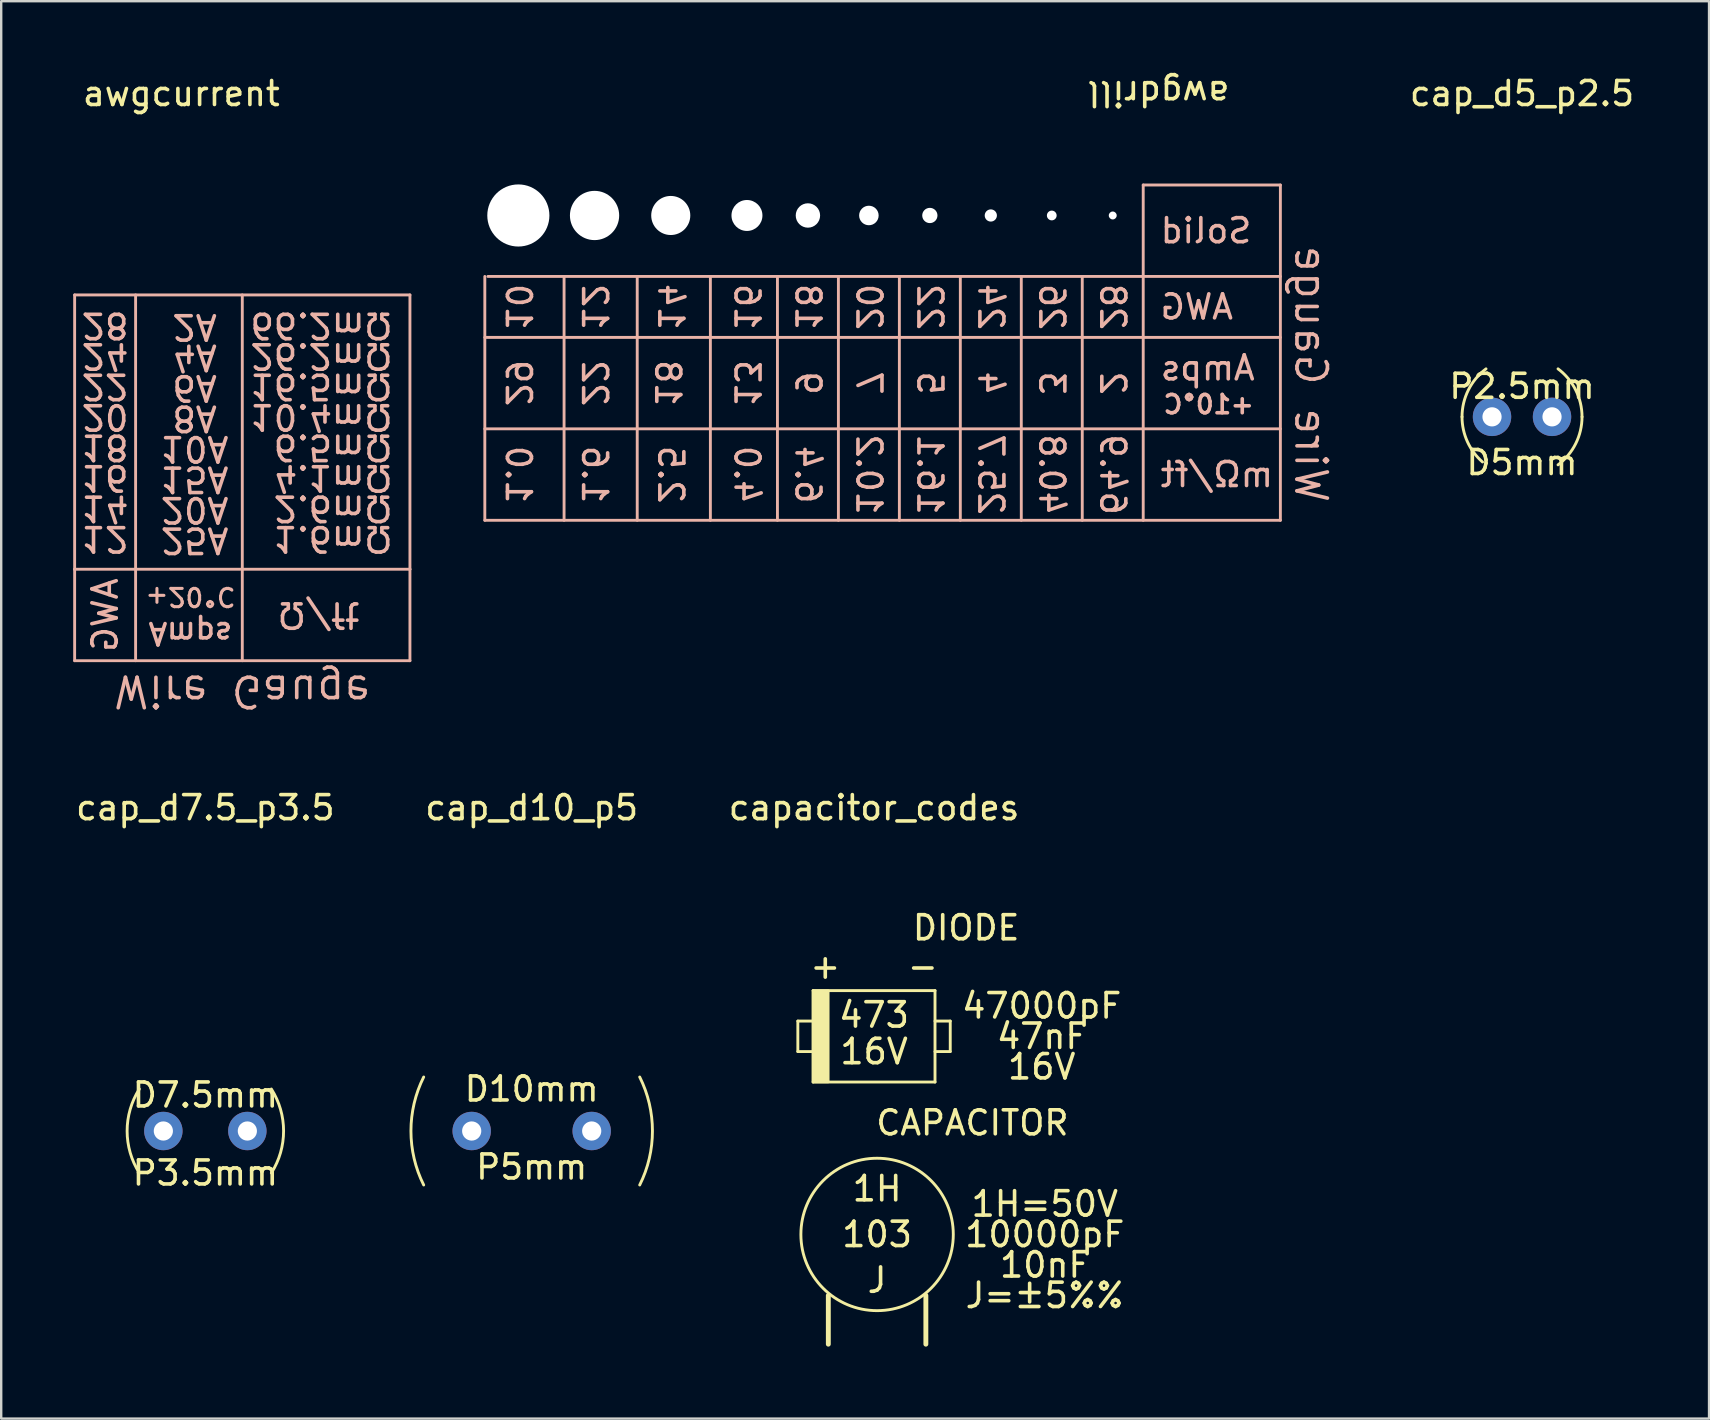
<source format=kicad_pcb>
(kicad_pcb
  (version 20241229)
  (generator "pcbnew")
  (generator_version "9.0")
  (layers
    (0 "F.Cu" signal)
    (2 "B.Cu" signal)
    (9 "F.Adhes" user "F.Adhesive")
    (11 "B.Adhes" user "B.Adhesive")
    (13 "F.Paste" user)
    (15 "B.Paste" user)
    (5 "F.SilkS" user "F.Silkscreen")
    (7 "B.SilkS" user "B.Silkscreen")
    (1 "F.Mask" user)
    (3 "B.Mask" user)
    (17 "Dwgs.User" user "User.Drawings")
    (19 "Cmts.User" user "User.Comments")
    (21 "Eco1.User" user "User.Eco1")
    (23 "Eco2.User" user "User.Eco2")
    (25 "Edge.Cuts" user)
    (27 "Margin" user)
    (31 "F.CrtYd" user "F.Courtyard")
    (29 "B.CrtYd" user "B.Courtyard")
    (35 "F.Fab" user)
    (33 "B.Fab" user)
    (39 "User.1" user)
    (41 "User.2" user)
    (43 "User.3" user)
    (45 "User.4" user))
  (footprint "cap_d10_p5"
    (layer "F.Cu")
    (at 19.103 44.073)
    (property "Reference" "cap_d10_p5" (at 0 -13.47 0) (layer "F.SilkS") (effects (font (size 1 1) (thickness 0.15))))
    (attr through_hole)
    (fp_arc (start -4.499999 2.25) (mid -5.031152 0) (end -4.499999 -2.249999) (stroke (width 0.12) (type solid)) (layer "F.SilkS"))
    (fp_arc (start 4.499999 -2.25) (mid 5.031152 0) (end 4.499999 2.249999) (stroke (width 0.12) (type solid)) (layer "F.SilkS"))
    (fp_text user "D10mm" (at 0 -1.75 0) (layer "F.SilkS") (effects (font (size 1 1) (thickness 0.15))))
    (fp_text user "P5mm" (at 0 1.5 0) (layer "F.SilkS") (effects (font (size 1 1) (thickness 0.15))))
    (pad "1" thru_hole oval (at -2.5 0) (size 1.6 1.6) (drill 0.8) (layers "F.Cu" "F.Mask"))
    (pad "2" thru_hole oval (at 2.5 0) (size 1.6 1.6) (drill 0.8) (layers "F.Cu" "F.Mask")))
  (footprint "awgcurrent"
    (layer "F.Cu")
    (at 5.14 16.223)
    (property "Reference" "awgcurrent" (at -0.635 -15.375 0) (layer "F.SilkS") (effects (font (size 1 1) (thickness 0.15))))
    (attr through_hole)
    (fp_line (start -5.08 -6.985) (end 8.89 -6.985) (stroke (width 0.12) (type solid)) (layer "B.SilkS"))
    (fp_line (start -5.08 4.445) (end -5.08 -6.985) (stroke (width 0.12) (type solid)) (layer "B.SilkS"))
    (fp_line (start -5.08 4.445) (end -5.08 8.255) (stroke (width 0.12) (type solid)) (layer "B.SilkS"))
    (fp_line (start -5.08 4.445) (end 8.89 4.445) (stroke (width 0.12) (type solid)) (layer "B.SilkS"))
    (fp_line (start -5.08 8.255) (end 8.89 8.255) (stroke (width 0.12) (type solid)) (layer "B.SilkS"))
    (fp_line (start -2.54 4.445) (end -2.54 -6.985) (stroke (width 0.12) (type solid)) (layer "B.SilkS"))
    (fp_line (start -2.54 4.445) (end -2.54 8.255) (stroke (width 0.12) (type solid)) (layer "B.SilkS"))
    (fp_line (start 1.905 4.445) (end 1.905 -6.985) (stroke (width 0.12) (type solid)) (layer "B.SilkS"))
    (fp_line (start 1.905 4.445) (end 1.905 8.255) (stroke (width 0.12) (type solid)) (layer "B.SilkS"))
    (fp_line (start 8.89 -6.985) (end 8.89 4.445) (stroke (width 0.12) (type solid)) (layer "B.SilkS"))
    (fp_line (start 8.89 8.255) (end 8.89 4.445) (stroke (width 0.12) (type solid)) (layer "B.SilkS"))
    (fp_text user "1.6mΩ" (at 8.255 3.175 180) (unlocked yes) (layer "B.SilkS") (effects (font (size 1.016 1.016) (thickness 0.15)) (justify right mirror)))
    (fp_text user "2.6mΩ" (at 8.255 1.905 180) (unlocked yes) (layer "B.SilkS") (effects (font (size 1.016 1.016) (thickness 0.15)) (justify right mirror)))
    (fp_text user "14" (at -3.81 1.905 180) (unlocked yes) (layer "B.SilkS") (effects (font (size 1.016 1.016) (thickness 0.15)) (justify mirror)))
    (fp_text user "22" (at -3.81 -3.175 180) (unlocked yes) (layer "B.SilkS") (effects (font (size 1.016 1.016) (thickness 0.15)) (justify mirror)))
    (fp_text user "2A" (at -0.08 -5.655 180) (unlocked yes) (layer "B.SilkS") (effects (font (size 1.016 1.016) (thickness 0.15)) (justify mirror)))
    (fp_text user "AWG" (at -3.81 6.35 90) (unlocked yes) (layer "B.SilkS") (effects (font (size 1.016 1.016) (thickness 0.15)) (justify mirror)))
    (fp_text user "+20°C" (at -0.254 5.588 180) (unlocked yes) (layer "B.SilkS") (effects (font (size 0.762 0.762) (thickness 0.127)) (justify mirror)))
    (fp_text user "16" (at -3.81 0.635 180) (unlocked yes) (layer "B.SilkS") (effects (font (size 1.016 1.016) (thickness 0.15)) (justify mirror)))
    (fp_text user "10.4mΩ" (at 8.255 -1.905 180) (unlocked yes) (layer "B.SilkS") (effects (font (size 1.016 1.016) (thickness 0.15)) (justify right mirror)))
    (fp_text user "4.1mΩ" (at 8.255 0.635 180) (unlocked yes) (layer "B.SilkS") (effects (font (size 1.016 1.016) (thickness 0.15)) (justify right mirror)))
    (fp_text user "15A" (at -0.08 0.695 180) (unlocked yes) (layer "B.SilkS") (effects (font (size 1.016 1.016) (thickness 0.15)) (justify mirror)))
    (fp_text user "20A" (at -0.08 1.965 180) (unlocked yes) (layer "B.SilkS") (effects (font (size 1.016 1.016) (thickness 0.15)) (justify mirror)))
    (fp_text user "26.2mΩ" (at 8.255 -4.445 180) (unlocked yes) (layer "B.SilkS") (effects (font (size 1.016 1.016) (thickness 0.15)) (justify right mirror)))
    (fp_text user "8A" (at -0.08 -1.845 180) (unlocked yes) (layer "B.SilkS") (effects (font (size 1.016 1.016) (thickness 0.15)) (justify mirror)))
    (fp_text user "4A" (at -0.08 -4.385 180) (unlocked yes) (layer "B.SilkS") (effects (font (size 1.016 1.016) (thickness 0.15)) (justify mirror)))
    (fp_text user "25A" (at -0.08 3.235 180) (unlocked yes) (layer "B.SilkS") (effects (font (size 1.016 1.016) (thickness 0.15)) (justify mirror)))
    (fp_text user "12" (at -3.81 3.175 180) (unlocked yes) (layer "B.SilkS") (effects (font (size 1.016 1.016) (thickness 0.15)) (justify mirror)))
    (fp_text user "28" (at -3.81 -5.715 180) (unlocked yes) (layer "B.SilkS") (effects (font (size 1.016 1.016) (thickness 0.15)) (justify mirror)))
    (fp_text user "Ω/ft" (at 5.08 6.35 180) (unlocked yes) (layer "B.SilkS") (effects (font (size 1.016 1.016) (thickness 0.15)) (justify mirror)))
    (fp_text user "18" (at -3.81 -0.635 180) (unlocked yes) (layer "B.SilkS") (effects (font (size 1.016 1.016) (thickness 0.15)) (justify mirror)))
    (fp_text user "6.5mΩ" (at 8.255 -0.635 180) (unlocked yes) (layer "B.SilkS") (effects (font (size 1.016 1.016) (thickness 0.15)) (justify right mirror)))
    (fp_text user "24" (at -3.81 -4.445 180) (unlocked yes) (layer "B.SilkS") (effects (font (size 1.016 1.016) (thickness 0.15)) (justify mirror)))
    (fp_text user "66.2mΩ" (at 8.255 -5.715 180) (unlocked yes) (layer "B.SilkS") (effects (font (size 1.016 1.016) (thickness 0.15)) (justify right mirror)))
    (fp_text user "Amps" (at -0.254 7.112 180) (unlocked yes) (layer "B.SilkS") (effects (font (size 0.889 0.889) (thickness 0.15)) (justify mirror)))
    (fp_text user "Wire Gauge" (at 1.905 9.525 180) (unlocked yes) (layer "B.SilkS") (effects (font (size 1.27 1.27) (thickness 0.15)) (justify mirror)))
    (fp_text user "20" (at -3.81 -1.905 180) (unlocked yes) (layer "B.SilkS") (effects (font (size 1.016 1.016) (thickness 0.15)) (justify mirror)))
    (fp_text user "10A" (at -0.08 -0.575 180) (unlocked yes) (layer "B.SilkS") (effects (font (size 1.016 1.016) (thickness 0.15)) (justify mirror)))
    (fp_text user "6A" (at -0.08 -3.115 180) (unlocked yes) (layer "B.SilkS") (effects (font (size 1.016 1.016) (thickness 0.15)) (justify mirror)))
    (fp_text user "16.5mΩ" (at 8.255 -3.175 180) (unlocked yes) (layer "B.SilkS") (effects (font (size 1.016 1.016) (thickness 0.15)) (justify right mirror))))
  (footprint "awgdrill"
    (layer "F.Cu")
    (at 21.722 4.658)
    (property "Reference" "awgdrill" (at 23.495 -3.81 180) (unlocked yes) (layer "F.SilkS") (effects (font (size 1 1) (thickness 0.15))))
    (attr through_hole)
    (fp_line (start -4.572 13.97) (end -4.572 3.81) (stroke (width 0.12) (type solid)) (layer "B.SilkS"))
    (fp_line (start -4.572 13.97) (end 28.575 13.97) (stroke (width 0.12) (type solid)) (layer "B.SilkS"))
    (fp_line (start -1.27 13.97) (end -1.27 3.81) (stroke (width 0.12) (type solid)) (layer "B.SilkS"))
    (fp_line (start 1.778 13.97) (end 1.778 3.81) (stroke (width 0.12) (type solid)) (layer "B.SilkS"))
    (fp_line (start 4.826 13.97) (end 4.826 3.81) (stroke (width 0.12) (type solid)) (layer "B.SilkS"))
    (fp_line (start 7.62 13.97) (end 7.62 3.81) (stroke (width 0.12) (type solid)) (layer "B.SilkS"))
    (fp_line (start 10.16 13.97) (end 10.16 3.81) (stroke (width 0.12) (type solid)) (layer "B.SilkS"))
    (fp_line (start 12.7 13.97) (end 12.7 3.81) (stroke (width 0.12) (type solid)) (layer "B.SilkS"))
    (fp_line (start 15.24 13.97) (end 15.24 3.81) (stroke (width 0.12) (type solid)) (layer "B.SilkS"))
    (fp_line (start 17.78 13.97) (end 17.78 3.81) (stroke (width 0.12) (type solid)) (layer "B.SilkS"))
    (fp_line (start 20.32 13.97) (end 20.32 3.81) (stroke (width 0.12) (type solid)) (layer "B.SilkS"))
    (fp_line (start 22.86 13.97) (end 22.86 0) (stroke (width 0.12) (type solid)) (layer "B.SilkS"))
    (fp_line (start 28.575 0) (end 22.86 0) (stroke (width 0.12) (type solid)) (layer "B.SilkS"))
    (fp_line (start 28.575 0) (end 28.575 13.97) (stroke (width 0.12) (type solid)) (layer "B.SilkS"))
    (fp_line (start 28.575 3.81) (end -4.445 3.81) (stroke (width 0.12) (type solid)) (layer "B.SilkS"))
    (fp_line (start 28.575 6.35) (end -4.572 6.35) (stroke (width 0.12) (type solid)) (layer "B.SilkS"))
    (fp_line (start 28.575 10.16) (end -4.572 10.16) (stroke (width 0.12) (type solid)) (layer "B.SilkS"))
    (fp_text user "14" (at 3.175 5.08 270) (unlocked yes) (layer "B.SilkS") (effects (font (size 1 1) (thickness 0.15)) (justify mirror)))
    (fp_text user "22" (at 13.97 5.08 270) (unlocked yes) (layer "B.SilkS") (effects (font (size 1 1) (thickness 0.15)) (justify mirror)))
    (fp_text user "40.8" (at 19.05 12.065 270) (unlocked yes) (layer "B.SilkS") (effects (font (size 1 1) (thickness 0.15)) (justify mirror)))
    (fp_text user "13" (at 6.35 8.255 270) (unlocked yes) (layer "B.SilkS") (effects (font (size 1 1) (thickness 0.15)) (justify mirror)))
    (fp_text user "18" (at 3.048 8.255 270) (unlocked yes) (layer "B.SilkS") (effects (font (size 1 1) (thickness 0.15)) (justify mirror)))
    (fp_text user "Amps" (at 23.495 7.62 0) (unlocked yes) (layer "B.SilkS") (effects (font (size 1 1) (thickness 0.15)) (justify right mirror)))
    (fp_text user "22" (at 0 8.255 270) (unlocked yes) (layer "B.SilkS") (effects (font (size 1 1) (thickness 0.15)) (justify mirror)))
    (fp_text user "16.1" (at 13.97 12.065 270) (unlocked yes) (layer "B.SilkS") (effects (font (size 1 1) (thickness 0.15)) (justify mirror)))
    (fp_text user "12" (at 0 5.08 270) (unlocked yes) (layer "B.SilkS") (effects (font (size 1 1) (thickness 0.15)) (justify mirror)))
    (fp_text user "2" (at 21.59 8.255 270) (unlocked yes) (layer "B.SilkS") (effects (font (size 1 1) (thickness 0.15)) (justify mirror)))
    (fp_text user "10" (at -3.175 5.08 270) (unlocked yes) (layer "B.SilkS") (effects (font (size 1 1) (thickness 0.15)) (justify mirror)))
    (fp_text user "4" (at 16.51 8.255 270) (unlocked yes) (layer "B.SilkS") (effects (font (size 1 1) (thickness 0.15)) (justify mirror)))
    (fp_text user "6.4" (at 8.89 12.065 270) (unlocked yes) (layer "B.SilkS") (effects (font (size 1 1) (thickness 0.15)) (justify mirror)))
    (fp_text user "25.7" (at 16.51 12.065 270) (unlocked yes) (layer "B.SilkS") (effects (font (size 1 1) (thickness 0.15)) (justify mirror)))
    (fp_text user "16" (at 6.35 5.08 270) (unlocked yes) (layer "B.SilkS") (effects (font (size 1 1) (thickness 0.15)) (justify mirror)))
    (fp_text user "1.0" (at -3.175 12.065 270) (unlocked yes) (layer "B.SilkS") (effects (font (size 1 1) (thickness 0.15)) (justify mirror)))
    (fp_text user "7" (at 11.43 8.255 270) (unlocked yes) (layer "B.SilkS") (effects (font (size 1 1) (thickness 0.15)) (justify mirror)))
    (fp_text user "24" (at 16.51 5.08 270) (unlocked yes) (layer "B.SilkS") (effects (font (size 1 1) (thickness 0.15)) (justify mirror)))
    (fp_text user "64.9" (at 21.59 12.065 270) (unlocked yes) (layer "B.SilkS") (effects (font (size 1 1) (thickness 0.15)) (justify mirror)))
    (fp_text user "29" (at -3.175 8.255 270) (unlocked yes) (layer "B.SilkS") (effects (font (size 1 1) (thickness 0.15)) (justify mirror)))
    (fp_text user "2.5" (at 3.175 12.065 270) (unlocked yes) (layer "B.SilkS") (effects (font (size 1 1) (thickness 0.15)) (justify mirror)))
    (fp_text user "AWG" (at 23.495 5.08 0) (unlocked yes) (layer "B.SilkS") (effects (font (size 1 1) (thickness 0.15)) (justify right mirror)))
    (fp_text user "Solid" (at 23.495 1.905 0) (unlocked yes) (layer "B.SilkS") (effects (font (size 1 1) (thickness 0.15)) (justify right mirror)))
    (fp_text user "3" (at 19.05 8.255 270) (unlocked yes) (layer "B.SilkS") (effects (font (size 1 1) (thickness 0.15)) (justify mirror)))
    (fp_text user "28" (at 21.59 5.08 270) (unlocked yes) (layer "B.SilkS") (effects (font (size 1 1) (thickness 0.15)) (justify mirror)))
    (fp_text user "9" (at 8.89 8.255 270) (unlocked yes) (layer "B.SilkS") (effects (font (size 1 1) (thickness 0.15)) (justify mirror)))
    (fp_text user "26" (at 19.05 5.08 270) (unlocked yes) (layer "B.SilkS") (effects (font (size 1 1) (thickness 0.15)) (justify mirror)))
    (fp_text user "20" (at 11.43 5.08 270) (unlocked yes) (layer "B.SilkS") (effects (font (size 1 1) (thickness 0.15)) (justify mirror)))
    (fp_text user "Wire Gauge" (at 29.845 7.874 270) (unlocked yes) (layer "B.SilkS") (effects (font (size 1.27 1.27) (thickness 0.15)) (justify mirror)))
    (fp_text user "1.6" (at 0 12.065 270) (unlocked yes) (layer "B.SilkS") (effects (font (size 1 1) (thickness 0.15)) (justify mirror)))
    (fp_text user "+10°C" (at 23.622 9.144 0) (unlocked yes) (layer "B.SilkS") (effects (font (size 0.762 0.762) (thickness 0.15)) (justify right mirror)))
    (fp_text user "18" (at 8.89 5.08 270) (unlocked yes) (layer "B.SilkS") (effects (font (size 1 1) (thickness 0.15)) (justify mirror)))
    (fp_text user "mΩ/ft" (at 23.495 12.065 0) (unlocked yes) (layer "B.SilkS") (effects (font (size 1 1) (thickness 0.15)) (justify right mirror)))
    (fp_text user "10.2" (at 11.43 12.065 270) (unlocked yes) (layer "B.SilkS") (effects (font (size 1 1) (thickness 0.15)) (justify mirror)))
    (fp_text user "4.0" (at 6.35 12.065 270) (unlocked yes) (layer "B.SilkS") (effects (font (size 1 1) (thickness 0.15)) (justify mirror)))
    (fp_text user "5" (at 13.97 8.255 270) (unlocked yes) (layer "B.SilkS") (effects (font (size 1 1) (thickness 0.15)) (justify mirror)))
    (pad "" np_thru_hole circle (at -3.175 1.27 180) (size 2.588 2.588) (drill 2.588) (layers "*.Cu" "*.Mask"))
    (pad "" np_thru_hole circle (at 0 1.27 180) (size 2.052 2.052) (drill 2.052) (layers "*.Cu" "*.Mask"))
    (pad "" np_thru_hole circle (at 3.175 1.27 180) (size 1.628 1.628) (drill 1.628) (layers "*.Cu" "*.Mask"))
    (pad "" np_thru_hole circle (at 6.35 1.27 180) (size 1.29 1.29) (drill 1.29) (layers "*.Cu" "*.Mask"))
    (pad "" np_thru_hole circle (at 8.89 1.27 180) (size 1.016 1.016) (drill 1.016) (layers "*.Cu" "*.Mask"))
    (pad "" np_thru_hole circle (at 11.43 1.27 180) (size 0.813 0.813) (drill 0.813) (layers "*.Cu" "*.Mask"))
    (pad "" np_thru_hole circle (at 13.97 1.27 180) (size 0.635 0.635) (drill 0.635) (layers "*.Cu" "*.Mask"))
    (pad "" np_thru_hole circle (at 16.51 1.27 180) (size 0.508 0.508) (drill 0.508) (layers "*.Cu" "*.Mask"))
    (pad "" np_thru_hole circle (at 19.05 1.27 180) (size 0.406 0.406) (drill 0.406) (layers "*.Cu" "*.Mask"))
    (pad "" np_thru_hole circle (at 21.59 1.27 180) (size 0.33 0.33) (drill 0.33) (layers "*.Cu" "*.Mask")))
  (footprint "cap_d7.5_p3.5"
    (layer "F.Cu")
    (at 5.506 44.073)
    (property "Reference" "cap_d7.5_p3.5" (at 0 -13.47 0) (layer "F.SilkS") (effects (font (size 1 1) (thickness 0.15))))
    (attr through_hole)
    (fp_arc (start -2.749999 1.75) (mid -3.2596 0) (end -2.749999 -1.749999) (stroke (width 0.12) (type solid)) (layer "F.SilkS"))
    (fp_arc (start 2.749999 -1.75) (mid 3.2596 0) (end 2.749999 1.749999) (stroke (width 0.12) (type solid)) (layer "F.SilkS"))
    (fp_text user "P3.5mm" (at 0 1.75 0) (layer "F.SilkS") (effects (font (size 1 1) (thickness 0.15))))
    (fp_text user "D7.5mm" (at 0 -1.5 0) (layer "F.SilkS") (effects (font (size 1 1) (thickness 0.15))))
    (pad "3" thru_hole oval (at 1.75 0) (size 1.6 1.6) (drill 0.8) (layers "F.Cu" "F.Mask"))
    (pad "4" thru_hole oval (at -1.75 0) (size 1.6 1.6) (drill 0.8) (layers "F.Cu" "F.Mask")))
  (footprint "cap_d5_p2.5"
    (layer "F.Cu")
    (at 60.365 14.318)
    (property "Reference" "cap_d5_p2.5" (at 0 -13.47 0) (layer "F.SilkS") (effects (font (size 1 1) (thickness 0.15))))
    (attr through_hole)
    (fp_arc (start -2.499999 0.000001) (mid -2.236067 -1.118033) (end -1.5 -1.999999) (stroke (width 0.12) (type solid)) (layer "F.SilkS"))
    (fp_arc (start -1.646262 1.881442) (mid -2.276583 1.033041) (end -2.5 0) (stroke (width 0.12) (type solid)) (layer "F.SilkS"))
    (fp_arc (start 1.5 -2) (mid 2.236068 -1.118034) (end 2.5 0) (stroke (width 0.12) (type solid)) (layer "F.SilkS"))
    (fp_arc (start 2.499999 -0.000001) (mid 2.236067 1.118033) (end 1.5 1.999999) (stroke (width 0.12) (type solid)) (layer "F.SilkS"))
    (fp_text user "P2.5mm" (at 0 -1.27 0) (layer "F.SilkS") (effects (font (size 1 1) (thickness 0.15))))
    (fp_text user "D5mm" (at 0 1.905 0) (layer "F.SilkS") (effects (font (size 1 1) (thickness 0.15))))
    (pad "3" thru_hole oval (at -1.25 0) (size 1.6 1.6) (drill 0.8) (layers "F.Cu" "F.Mask"))
    (pad "3" thru_hole oval (at 1.25 0) (size 1.6 1.6) (drill 0.8) (layers "F.Cu" "F.Mask")))
  (footprint "capacitor_codes"
    (layer "F.Cu")
    (at 33.367 38.223)
    (property "Reference" "capacitor_codes" (at 0 -7.62 0) (layer "F.SilkS") (effects (font (size 1 1) (thickness 0.15))))
    (attr through_hole)
    (fp_line (start -3.175 1.27) (end -3.175 2.54) (stroke (width 0.12) (type solid)) (layer "F.SilkS"))
    (fp_line (start -3.175 2.54) (end -2.54 2.54) (stroke (width 0.12) (type solid)) (layer "F.SilkS"))
    (fp_line (start -2.54 0) (end -2.54 3.81) (stroke (width 0.12) (type solid)) (layer "F.SilkS"))
    (fp_line (start -2.54 0) (end 2.54 0) (stroke (width 0.12) (type solid)) (layer "F.SilkS"))
    (fp_line (start -2.54 1.27) (end -3.175 1.27) (stroke (width 0.12) (type solid)) (layer "F.SilkS"))
    (fp_line (start -2.54 3.81) (end 2.54 3.81) (stroke (width 0.12) (type solid)) (layer "F.SilkS"))
    (fp_line (start -1.905 12.7) (end -1.905 14.732) (stroke (width 0.203) (type solid)) (layer "F.SilkS"))
    (fp_line (start 2.159 12.7) (end 2.159 14.732) (stroke (width 0.203) (type solid)) (layer "F.SilkS"))
    (fp_line (start 2.54 0) (end 2.54 3.81) (stroke (width 0.12) (type solid)) (layer "F.SilkS"))
    (fp_line (start 2.54 1.27) (end 3.175 1.27) (stroke (width 0.12) (type solid)) (layer "F.SilkS"))
    (fp_line (start 3.175 1.27) (end 3.175 2.54) (stroke (width 0.12) (type solid)) (layer "F.SilkS"))
    (fp_line (start 3.175 2.54) (end 2.54 2.54) (stroke (width 0.12) (type solid)) (layer "F.SilkS"))
    (fp_circle (center 0.127 10.16) (end 2.032 12.7) (stroke (width 0.12) (type solid)) (fill no) (layer "F.SilkS"))
    (fp_poly (pts (xy -1.905 3.81) (xy -2.54 3.81) (xy -2.54 0) (xy -1.905 0)) (stroke (width 0.1) (type solid)) (fill yes) (layer "F.SilkS"))
    (fp_text user "DIODE" (at 1.524 -2.032 0) (unlocked yes) (layer "F.SilkS") (effects (font (size 1 1) (thickness 0.15)) (justify left bottom)))
    (fp_text user "CAPACITOR" (at 0 6.096 0) (unlocked yes) (layer "F.SilkS") (effects (font (size 1 1) (thickness 0.15)) (justify left bottom)))
    (fp_text user "1H=50V" (at 7.112 8.89 0) (layer "F.SilkS") (effects (font (size 1.016 1.016) (thickness 0.15))))
    (fp_text user "16V" (at 6.985 3.175 0) (layer "F.SilkS") (effects (font (size 1.016 1.016) (thickness 0.15))))
    (fp_text user "1H" (at 0.127 8.255 0) (layer "F.SilkS") (effects (font (size 1.016 1.016) (thickness 0.15))))
    (fp_text user "47nF" (at 6.985 1.905 0) (layer "F.SilkS") (effects (font (size 1.016 1.016) (thickness 0.15))))
    (fp_text user "10nF" (at 7.112 11.43 0) (layer "F.SilkS") (effects (font (size 1.016 1.016) (thickness 0.15))))
    (fp_text user "473" (at 0 1.016 0) (layer "F.SilkS") (effects (font (size 1.016 1.016) (thickness 0.15))))
    (fp_text user "J" (at 0.127 12.065 0) (layer "F.SilkS") (effects (font (size 1.016 1.016) (thickness 0.15))))
    (fp_text user "J=±5%%" (at 7.112 12.7 0) (layer "F.SilkS") (effects (font (size 1.016 1.016) (thickness 0.15))))
    (fp_text user "-" (at 2.032 -1.016 0) (layer "F.SilkS") (effects (font (size 1 1) (thickness 0.15))))
    (fp_text user "103" (at 0.127 10.16 0) (layer "F.SilkS") (effects (font (size 1.016 1.016) (thickness 0.15))))
    (fp_text user "47000pF" (at 6.985 0.635 0) (layer "F.SilkS") (effects (font (size 1.016 1.016) (thickness 0.15))))
    (fp_text user "+" (at -2.032 -1.016 0) (layer "F.SilkS") (effects (font (size 1 1) (thickness 0.15))))
    (fp_text user "10000pF" (at 7.112 10.16 0) (layer "F.SilkS") (effects (font (size 1.016 1.016) (thickness 0.15))))
    (fp_text user "16V" (at 0 2.54 0) (layer "F.SilkS") (effects (font (size 1.016 1.016) (thickness 0.15)))))
  (gr_rect
    (start -3 -3)
    (end 68.157 56.056)
    (stroke (width 0.1) (type default))
    (fill no)
    (layer "Edge.Cuts")))
</source>
